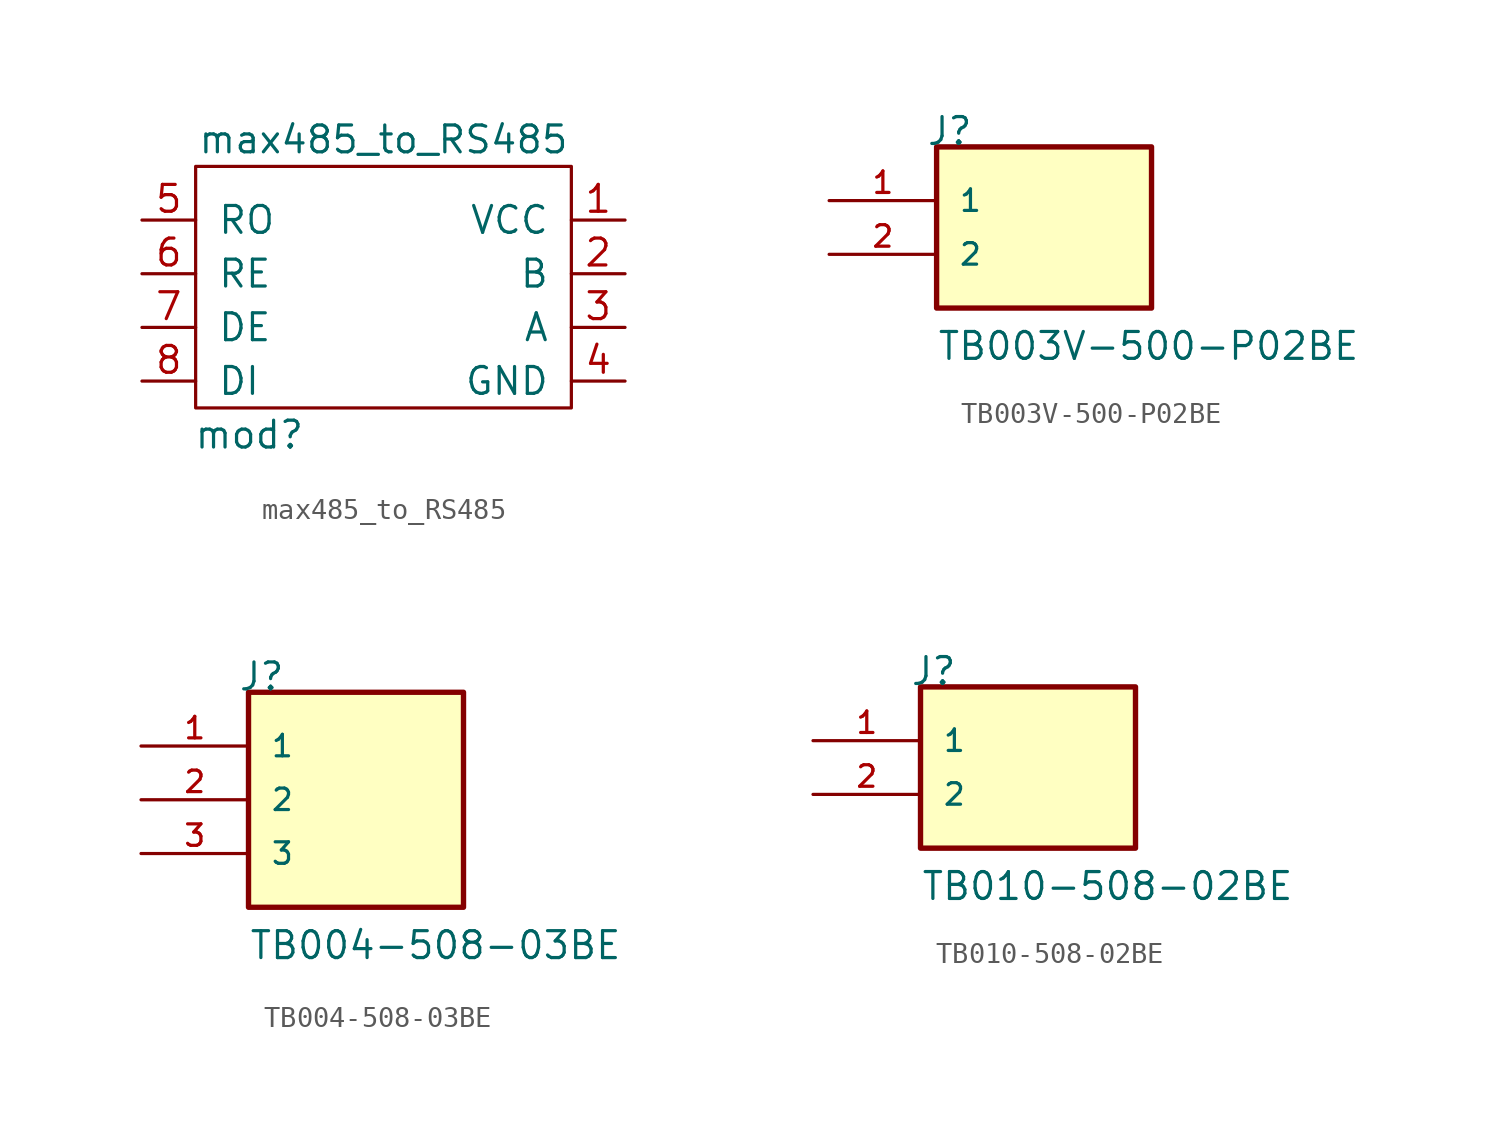
<source format=kicad_sym>
(kicad_symbol_lib
  (version 20220914)
  (generator kicad_symbol_editor)
  (symbol "max485_to_RS485"
    (pin_names
      (offset 1.016))
    (property "Reference" "mod"
      (at -6.35 -1.27 0)
      (effects (font (size 1.27 1.27))))
    (property "Value" "max485_to_RS485"
      (at 0 12.7 0)
      (effects (font (size 1.27 1.27))))
    (symbol "max485_to_RS485_0_1"
      (rectangle (start -8.89 0) (end 8.89 11.43) (stroke (width 0) (type solid)) (fill (type none))))
    (symbol "max485_to_RS485_1_1"
      (pin input line (at 11.43 8.89 180) (length 2.54) (name "VCC" (effects (font (size 1.27 1.27)))) (number "1" (effects (font (size 1.27 1.27)))))
      (pin bidirectional line (at 11.43 6.35 180) (length 2.54) (name "B" (effects (font (size 1.27 1.27)))) (number "2" (effects (font (size 1.27 1.27)))))
      (pin bidirectional line (at 11.43 3.81 180) (length 2.54) (name "A" (effects (font (size 1.27 1.27)))) (number "3" (effects (font (size 1.27 1.27)))))
      (pin bidirectional line (at 11.43 1.27 180) (length 2.54) (name "GND" (effects (font (size 1.27 1.27)))) (number "4" (effects (font (size 1.27 1.27)))))
      (pin bidirectional line (at -11.43 8.89 0) (length 2.54) (name "RO" (effects (font (size 1.27 1.27)))) (number "5" (effects (font (size 1.27 1.27)))))
      (pin bidirectional line (at -11.43 6.35 0) (length 2.54) (name "RE" (effects (font (size 1.27 1.27)))) (number "6" (effects (font (size 1.27 1.27)))))
      (pin bidirectional line (at -11.43 3.81 0) (length 2.54) (name "DE" (effects (font (size 1.27 1.27)))) (number "7" (effects (font (size 1.27 1.27)))))
      (pin bidirectional line (at -11.43 1.27 0) (length 2.54) (name "DI" (effects (font (size 1.27 1.27)))) (number "8" (effects (font (size 1.27 1.27)))))))
  (symbol "TB003V-500-P02BE"
    (pin_names
      (offset 1.016))
    (property "Reference" "J"
      (at -5.588 5.08 0)
      (effects (font (size 1.27 1.27)) (justify left bottom)))
    (property "Value" "TB003V-500-P02BE"
      (at -5.08 -5.08 0)
      (effects (font (size 1.27 1.27)) (justify left bottom)))
    (symbol "TB003V-500-P02BE_0_0"
      (rectangle (start -5.08 -2.54) (end 5.08 5.08) (stroke (width 0.254) (type solid)) (fill (type background)))
      (pin passive line (at -10.16 2.54 0) (length 5.08) (name "1" (effects (font (size 1.016 1.016)))) (number "1" (effects (font (size 1.016 1.016)))))
      (pin passive line (at -10.16 0 0) (length 5.08) (name "2" (effects (font (size 1.016 1.016)))) (number "2" (effects (font (size 1.016 1.016)))))))
  (symbol "TB004-508-03BE"
    (pin_names
      (offset 1.016))
    (property "Reference" "J"
      (at -5.588 5.08 0)
      (effects (font (size 1.27 1.27)) (justify left bottom)))
    (property "Value" "TB004-508-03BE"
      (at -5.08 -7.62 0)
      (effects (font (size 1.27 1.27)) (justify left bottom)))
    (symbol "TB004-508-03BE_0_0"
      (rectangle (start -5.08 -5.08) (end 5.08 5.08) (stroke (width 0.254) (type solid)) (fill (type background)))
      (pin passive line (at -10.16 2.54 0) (length 5.08) (name "1" (effects (font (size 1.016 1.016)))) (number "1" (effects (font (size 1.016 1.016)))))
      (pin passive line (at -10.16 0 0) (length 5.08) (name "2" (effects (font (size 1.016 1.016)))) (number "2" (effects (font (size 1.016 1.016)))))
      (pin passive line (at -10.16 -2.54 0) (length 5.08) (name "3" (effects (font (size 1.016 1.016)))) (number "3" (effects (font (size 1.016 1.016)))))))
  (symbol "TB010-508-02BE"
    (pin_names
      (offset 1.016))
    (property "Reference" "J"
      (at -5.588 5.08 0)
      (effects (font (size 1.27 1.27)) (justify left bottom)))
    (property "Value" "TB010-508-02BE"
      (at -5.08 -5.08 0)
      (effects (font (size 1.27 1.27)) (justify left bottom)))
    (symbol "TB010-508-02BE_0_0"
      (rectangle (start -5.08 -2.54) (end 5.08 5.08) (stroke (width 0.254) (type solid)) (fill (type background)))
      (pin passive line (at -10.16 2.54 0) (length 5.08) (name "1" (effects (font (size 1.016 1.016)))) (number "1" (effects (font (size 1.016 1.016)))))
      (pin passive line (at -10.16 0 0) (length 5.08) (name "2" (effects (font (size 1.016 1.016)))) (number "2" (effects (font (size 1.016 1.016))))))))
</source>
